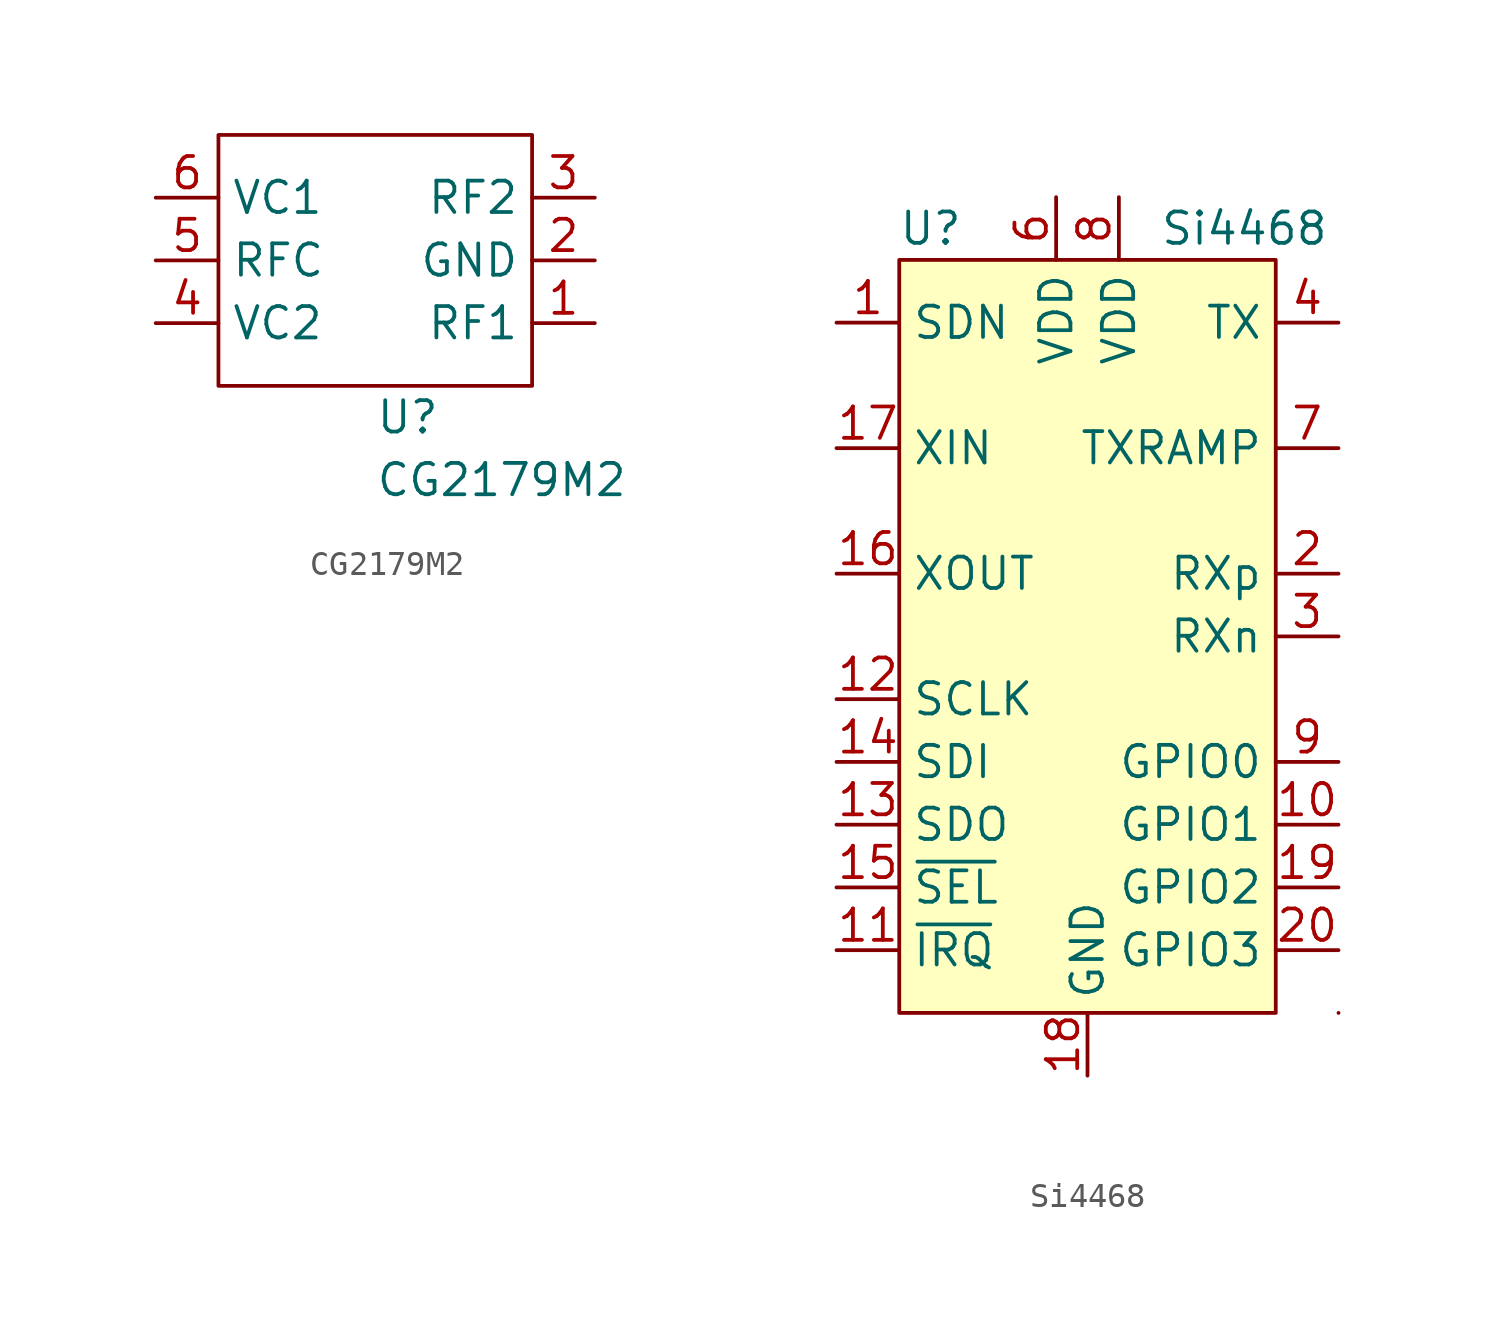
<source format=kicad_sym>
(kicad_symbol_lib
  (version 20211014)
  (generator kicad_symbol_editor)
  (symbol "CG2179M2"
    (property "Reference" "U"
      (at 0 -6.35 0)
      (effects (font (size 1.27 1.27)) (justify left)))
    (property "Value" "CG2179M2"
      (at 0 -8.89 0)
      (effects (font (size 1.27 1.27)) (justify left)))
    (symbol "CG2179M2_0_1"
      (rectangle (start -6.35 5.08) (end 6.35 -5.08) (stroke (width 0) (type default) (color 0 0 0 0)) (fill (type none))))
    (symbol "CG2179M2_1_1"
      (pin output line (at 8.89 -2.54 180) (length 2.54) (name "RF1" (effects (font (size 1.27 1.27)))) (number "1" (effects (font (size 1.27 1.27)))))
      (pin power_in line (at 8.89 0 180) (length 2.54) (name "GND" (effects (font (size 1.27 1.27)))) (number "2" (effects (font (size 1.27 1.27)))))
      (pin output line (at 8.89 2.54 180) (length 2.54) (name "RF2" (effects (font (size 1.27 1.27)))) (number "3" (effects (font (size 1.27 1.27)))))
      (pin input line (at -8.89 -2.54 0) (length 2.54) (name "VC2" (effects (font (size 1.27 1.27)))) (number "4" (effects (font (size 1.27 1.27)))))
      (pin input line (at -8.89 0 0) (length 2.54) (name "RFC" (effects (font (size 1.27 1.27)))) (number "5" (effects (font (size 1.27 1.27)))))
      (pin input line (at -8.89 2.54 0) (length 2.54) (name "VC1" (effects (font (size 1.27 1.27)))) (number "6" (effects (font (size 1.27 1.27)))))))
  (symbol "Si4468"
    (property "Reference" "U"
      (at -6.35 16.51 0)
      (effects (font (size 1.27 1.27))))
    (property "Value" "Si4468"
      (at 6.35 16.51 0)
      (effects (font (size 1.27 1.27))))
    (symbol "Si4468_0_1"
      (rectangle (start -7.62 15.24) (end 7.62 -15.24) (stroke (width 0) (type default) (color 0 0 0 0)) (fill (type background)))
      (rectangle (start 10.16 -15.24) (end 10.16 -15.24) (stroke (width 0) (type default) (color 0 0 0 0)) (fill (type none))))
    (symbol "Si4468_1_1"
      (pin input line (at -10.16 12.7 0) (length 2.54) (name "SDN" (effects (font (size 1.27 1.27)))) (number "1" (effects (font (size 1.27 1.27)))))
      (pin bidirectional line (at 10.16 -7.62 180) (length 2.54) (name "GPIO1" (effects (font (size 1.27 1.27)))) (number "10" (effects (font (size 1.27 1.27)))))
      (pin open_collector line (at -10.16 -12.7 0) (length 2.54) (name "~{IRQ}" (effects (font (size 1.27 1.27)))) (number "11" (effects (font (size 1.27 1.27)))))
      (pin input line (at -10.16 -2.54 0) (length 2.54) (name "SCLK" (effects (font (size 1.27 1.27)))) (number "12" (effects (font (size 1.27 1.27)))))
      (pin output line (at -10.16 -7.62 0) (length 2.54) (name "SDO" (effects (font (size 1.27 1.27)))) (number "13" (effects (font (size 1.27 1.27)))))
      (pin input line (at -10.16 -5.08 0) (length 2.54) (name "SDI" (effects (font (size 1.27 1.27)))) (number "14" (effects (font (size 1.27 1.27)))))
      (pin input line (at -10.16 -10.16 0) (length 2.54) (name "~{SEL}" (effects (font (size 1.27 1.27)))) (number "15" (effects (font (size 1.27 1.27)))))
      (pin passive line (at -10.16 2.54 0) (length 2.54) (name "XOUT" (effects (font (size 1.27 1.27)))) (number "16" (effects (font (size 1.27 1.27)))))
      (pin input line (at -10.16 7.62 0) (length 2.54) (name "XIN" (effects (font (size 1.27 1.27)))) (number "17" (effects (font (size 1.27 1.27)))))
      (pin power_in line (at 0 -17.78 90) (length 2.54) (name "GND" (effects (font (size 1.27 1.27)))) (number "18" (effects (font (size 1.27 1.27)))))
      (pin bidirectional line (at 10.16 -10.16 180) (length 2.54) (name "GPIO2" (effects (font (size 1.27 1.27)))) (number "19" (effects (font (size 1.27 1.27)))))
      (pin input line (at 10.16 2.54 180) (length 2.54) (name "RXp" (effects (font (size 1.27 1.27)))) (number "2" (effects (font (size 1.27 1.27)))))
      (pin bidirectional line (at 10.16 -12.7 180) (length 2.54) (name "GPIO3" (effects (font (size 1.27 1.27)))) (number "20" (effects (font (size 1.27 1.27)))))
      (pin power_in line (at 0 -17.78 90) (length 2.54) hide (name "GND" (effects (font (size 1.27 1.27)))) (number "21" (effects (font (size 1.27 1.27)))))
      (pin input line (at 10.16 0 180) (length 2.54) (name "RXn" (effects (font (size 1.27 1.27)))) (number "3" (effects (font (size 1.27 1.27)))))
      (pin output line (at 10.16 12.7 180) (length 2.54) (name "TX" (effects (font (size 1.27 1.27)))) (number "4" (effects (font (size 1.27 1.27)))))
      (pin no_connect line (at 10.16 5.08 180) (length 2.54) hide (name "NC" (effects (font (size 1.27 1.27)))) (number "5" (effects (font (size 1.27 1.27)))))
      (pin power_in line (at -1.27 17.78 270) (length 2.54) (name "VDD" (effects (font (size 1.27 1.27)))) (number "6" (effects (font (size 1.27 1.27)))))
      (pin output line (at 10.16 7.62 180) (length 2.54) (name "TXRAMP" (effects (font (size 1.27 1.27)))) (number "7" (effects (font (size 1.27 1.27)))))
      (pin power_in line (at 1.27 17.78 270) (length 2.54) (name "VDD" (effects (font (size 1.27 1.27)))) (number "8" (effects (font (size 1.27 1.27)))))
      (pin bidirectional line (at 10.16 -5.08 180) (length 2.54) (name "GPIO0" (effects (font (size 1.27 1.27)))) (number "9" (effects (font (size 1.27 1.27))))))))
</source>
